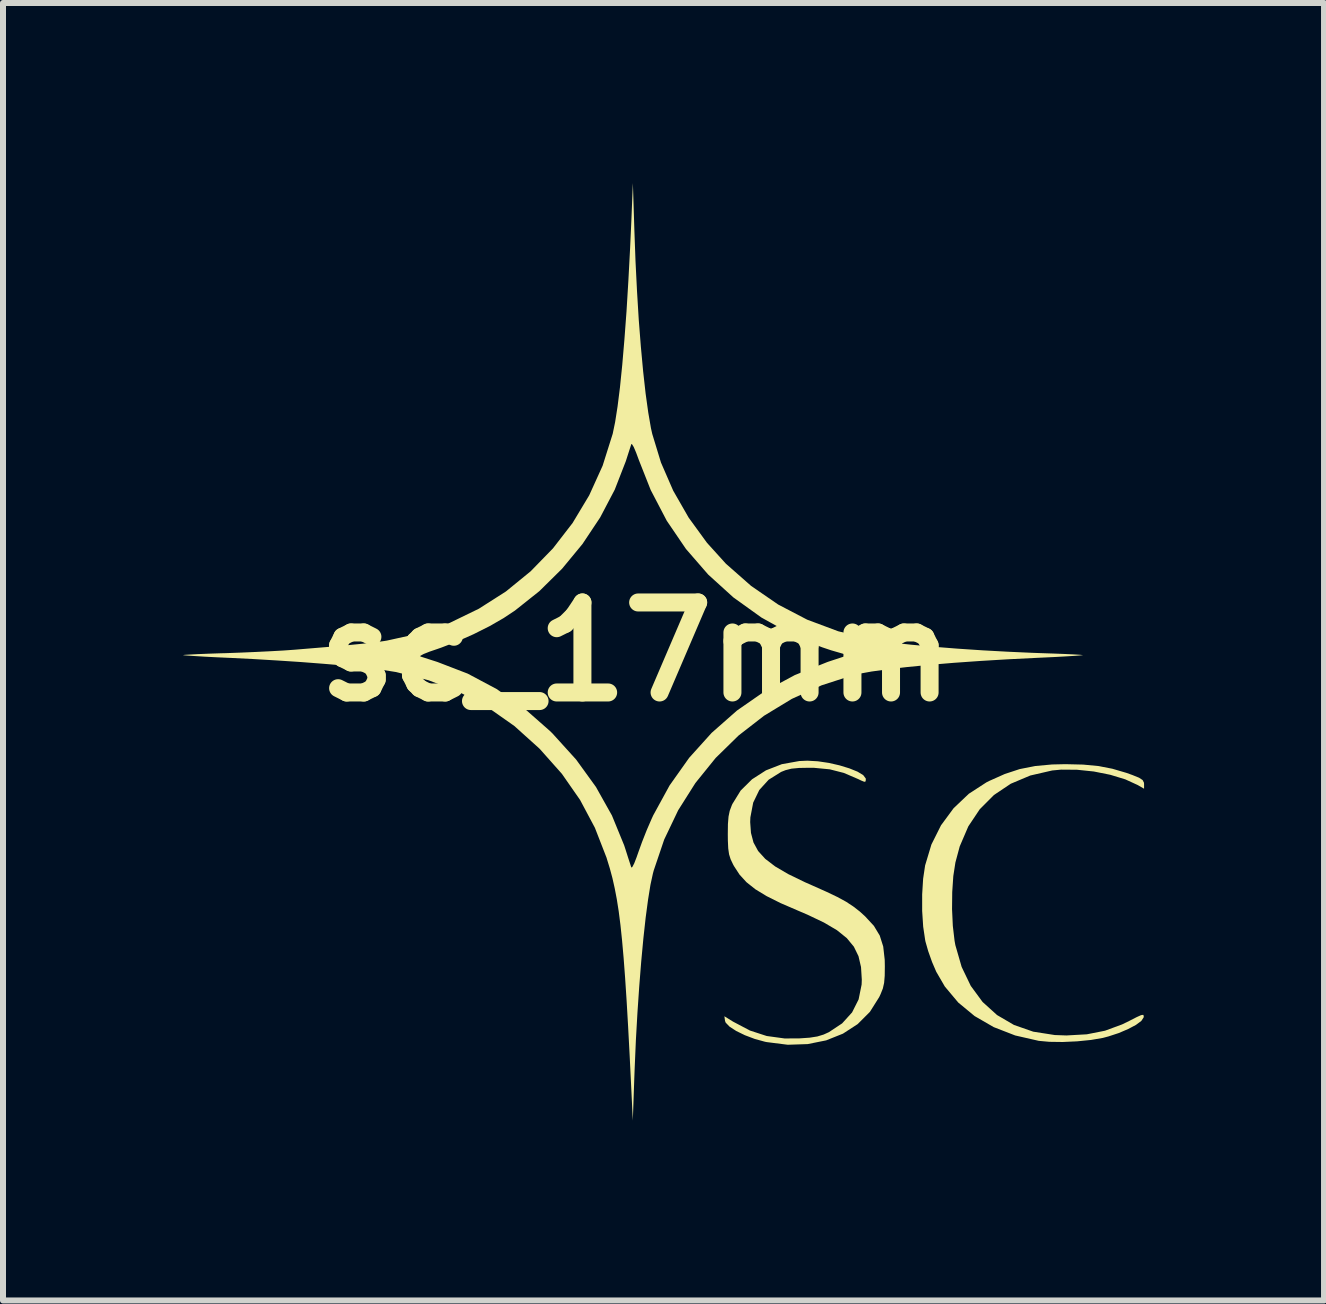
<source format=kicad_pcb>
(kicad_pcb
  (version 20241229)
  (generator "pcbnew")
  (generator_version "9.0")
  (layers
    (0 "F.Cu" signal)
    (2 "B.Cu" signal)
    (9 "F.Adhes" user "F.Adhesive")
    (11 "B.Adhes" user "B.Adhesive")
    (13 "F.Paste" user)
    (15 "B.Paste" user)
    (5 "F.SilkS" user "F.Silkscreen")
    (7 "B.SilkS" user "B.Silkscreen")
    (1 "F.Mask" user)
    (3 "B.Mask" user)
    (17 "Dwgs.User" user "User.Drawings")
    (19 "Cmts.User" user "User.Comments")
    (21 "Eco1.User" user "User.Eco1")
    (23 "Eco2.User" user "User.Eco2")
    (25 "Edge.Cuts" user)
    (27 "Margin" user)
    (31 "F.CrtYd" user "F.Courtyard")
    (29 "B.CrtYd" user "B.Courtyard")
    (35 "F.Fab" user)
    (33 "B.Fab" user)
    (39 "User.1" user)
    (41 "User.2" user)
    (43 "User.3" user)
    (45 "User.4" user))
  (footprint "sc_17mm"
    (layer "F.Cu")
    (at 7.549 7.812)
    (property "Reference" "sc_17mm" (at 0 0 0) (layer "F.SilkS") (effects (font (size 1.5 1.5) (thickness 0.3))))
    (attr board_only exclude_from_pos_files exclude_from_bom)
    (fp_poly (pts (xy 7.452 1.88) (xy 7.704 1.904) (xy 7.938 1.949) (xy 8.176 2.019) (xy 8.273 2.054) (xy 8.384 2.099) (xy 8.443 2.138) (xy 8.465 2.181) (xy 8.467 2.204) (xy 8.467 2.282) (xy 8.357 2.219) (xy 8.154 2.126) (xy 7.904 2.05) (xy 7.629 1.995) (xy 7.349 1.966) (xy 7.084 1.964) (xy 6.936 1.978) (xy 6.571 2.062) (xy 6.246 2.199) (xy 5.965 2.387) (xy 5.729 2.624) (xy 5.538 2.91) (xy 5.395 3.243) (xy 5.323 3.511) (xy 5.288 3.738) (xy 5.27 4.005) (xy 5.267 4.29) (xy 5.28 4.569) (xy 5.309 4.816) (xy 5.322 4.888) (xy 5.427 5.252) (xy 5.579 5.568) (xy 5.776 5.836) (xy 6.017 6.054) (xy 6.299 6.219) (xy 6.62 6.331) (xy 6.979 6.387) (xy 7.173 6.394) (xy 7.513 6.375) (xy 7.816 6.315) (xy 8.101 6.21) (xy 8.222 6.151) (xy 8.343 6.089) (xy 8.416 6.056) (xy 8.452 6.05) (xy 8.462 6.068) (xy 8.46 6.093) (xy 8.422 6.151) (xy 8.332 6.218) (xy 8.202 6.287) (xy 8.045 6.354) (xy 7.874 6.41) (xy 7.78 6.435) (xy 7.582 6.469) (xy 7.351 6.492) (xy 7.111 6.503) (xy 6.888 6.5) (xy 6.713 6.484) (xy 6.319 6.394) (xy 5.961 6.255) (xy 5.643 6.071) (xy 5.37 5.845) (xy 5.147 5.579) (xy 5.004 5.333) (xy 4.934 5.17) (xy 4.87 4.99) (xy 4.824 4.829) (xy 4.819 4.804) (xy 4.786 4.581) (xy 4.769 4.319) (xy 4.769 4.044) (xy 4.785 3.783) (xy 4.818 3.561) (xy 4.923 3.212) (xy 5.083 2.892) (xy 5.293 2.607) (xy 5.547 2.366) (xy 5.84 2.176) (xy 5.883 2.154) (xy 6.145 2.037) (xy 6.394 1.955) (xy 6.65 1.904) (xy 6.934 1.878) (xy 7.156 1.873)) (stroke (width 0) (type solid)) (fill yes) (layer "F.SilkS"))
    (fp_poly (pts (xy 3.031 1.825) (xy 3.214 1.852) (xy 3.393 1.893) (xy 3.556 1.943) (xy 3.692 1.998) (xy 3.787 2.056) (xy 3.829 2.112) (xy 3.83 2.121) (xy 3.827 2.16) (xy 3.805 2.167) (xy 3.749 2.144) (xy 3.704 2.122) (xy 3.464 2.019) (xy 3.229 1.959) (xy 2.969 1.934) (xy 2.889 1.933) (xy 2.717 1.936) (xy 2.591 1.948) (xy 2.492 1.973) (xy 2.419 2.002) (xy 2.211 2.132) (xy 2.055 2.303) (xy 1.953 2.514) (xy 1.906 2.76) (xy 1.903 2.839) (xy 1.916 3.019) (xy 1.958 3.178) (xy 2.035 3.32) (xy 2.154 3.451) (xy 2.32 3.578) (xy 2.537 3.705) (xy 2.813 3.839) (xy 2.942 3.896) (xy 3.175 4) (xy 3.357 4.087) (xy 3.502 4.166) (xy 3.622 4.245) (xy 3.73 4.329) (xy 3.818 4.409) (xy 3.964 4.567) (xy 4.062 4.729) (xy 4.12 4.912) (xy 4.145 5.134) (xy 4.147 5.241) (xy 4.145 5.401) (xy 4.135 5.517) (xy 4.114 5.611) (xy 4.076 5.706) (xy 4.053 5.755) (xy 3.898 6.001) (xy 3.694 6.205) (xy 3.449 6.364) (xy 3.169 6.476) (xy 2.86 6.538) (xy 2.529 6.549) (xy 2.181 6.505) (xy 2.15 6.499) (xy 1.979 6.452) (xy 1.815 6.39) (xy 1.671 6.32) (xy 1.56 6.248) (xy 1.495 6.181) (xy 1.484 6.153) (xy 1.473 6.074) (xy 1.618 6.164) (xy 1.899 6.312) (xy 2.178 6.403) (xy 2.476 6.444) (xy 2.721 6.443) (xy 2.894 6.431) (xy 3.022 6.411) (xy 3.127 6.379) (xy 3.215 6.339) (xy 3.435 6.193) (xy 3.601 6.01) (xy 3.71 5.793) (xy 3.76 5.546) (xy 3.763 5.464) (xy 3.75 5.254) (xy 3.708 5.073) (xy 3.631 4.915) (xy 3.513 4.772) (xy 3.349 4.64) (xy 3.132 4.512) (xy 2.857 4.381) (xy 2.705 4.316) (xy 2.411 4.189) (xy 2.175 4.071) (xy 1.988 3.957) (xy 1.84 3.839) (xy 1.725 3.713) (xy 1.634 3.573) (xy 1.619 3.546) (xy 1.577 3.458) (xy 1.551 3.375) (xy 1.537 3.277) (xy 1.531 3.145) (xy 1.53 3.041) (xy 1.532 2.871) (xy 1.542 2.747) (xy 1.562 2.65) (xy 1.597 2.557) (xy 1.606 2.537) (xy 1.744 2.313) (xy 1.934 2.125) (xy 2.166 1.976) (xy 2.431 1.873) (xy 2.721 1.821) (xy 2.856 1.815)) (stroke (width 0) (type solid)) (fill yes) (layer "F.SilkS"))
    (fp_poly (pts (xy -0.027 -7.022) (xy -0.008 -6.507) (xy 0.017 -6.008) (xy 0.046 -5.532) (xy 0.081 -5.085) (xy 0.119 -4.674) (xy 0.16 -4.306) (xy 0.204 -3.989) (xy 0.249 -3.728) (xy 0.271 -3.63) (xy 0.416 -3.154) (xy 0.62 -2.685) (xy 0.878 -2.235) (xy 1.183 -1.816) (xy 1.498 -1.468) (xy 1.918 -1.098) (xy 2.37 -0.787) (xy 2.853 -0.535) (xy 3.37 -0.342) (xy 3.92 -0.206) (xy 4.267 -0.153) (xy 4.586 -0.118) (xy 4.956 -0.084) (xy 5.359 -0.052) (xy 5.778 -0.024) (xy 6.197 -0.001) (xy 6.597 0.017) (xy 6.762 0.023) (xy 6.969 0.03) (xy 7.151 0.037) (xy 7.297 0.044) (xy 7.399 0.05) (xy 7.446 0.055) (xy 7.448 0.056) (xy 7.412 0.06) (xy 7.32 0.067) (xy 7.179 0.076) (xy 7 0.086) (xy 6.793 0.096) (xy 6.683 0.101) (xy 6.2 0.125) (xy 5.736 0.153) (xy 5.297 0.184) (xy 4.891 0.218) (xy 4.522 0.254) (xy 4.199 0.291) (xy 3.926 0.329) (xy 3.711 0.368) (xy 3.618 0.389) (xy 3.093 0.559) (xy 2.597 0.785) (xy 2.134 1.066) (xy 1.71 1.395) (xy 1.327 1.77) (xy 0.99 2.187) (xy 0.703 2.641) (xy 0.47 3.129) (xy 0.295 3.646) (xy 0.282 3.695) (xy 0.241 3.883) (xy 0.201 4.131) (xy 0.161 4.431) (xy 0.123 4.777) (xy 0.087 5.162) (xy 0.054 5.577) (xy 0.024 6.017) (xy -0.002 6.474) (xy -0.022 6.94) (xy -0.029 7.123) (xy -0.053 7.812) (xy -0.078 7.291) (xy -0.105 6.741) (xy -0.131 6.252) (xy -0.156 5.821) (xy -0.181 5.44) (xy -0.206 5.106) (xy -0.232 4.812) (xy -0.259 4.554) (xy -0.288 4.326) (xy -0.32 4.123) (xy -0.355 3.94) (xy -0.393 3.771) (xy -0.436 3.611) (xy -0.484 3.455) (xy -0.49 3.434) (xy -0.685 2.933) (xy -0.932 2.469) (xy -1.235 2.034) (xy -1.6 1.623) (xy -1.613 1.61) (xy -2.027 1.237) (xy -2.472 0.924) (xy -2.948 0.67) (xy -3.456 0.475) (xy -3.997 0.338) (xy -4.317 0.287) (xy -4.563 0.258) (xy -4.864 0.229) (xy -5.208 0.2) (xy -5.583 0.171) (xy -5.978 0.145) (xy -6.379 0.121) (xy -6.775 0.101) (xy -6.784 0.101) (xy -7.002 0.091) (xy -7.196 0.081) (xy -7.24 0.078) (xy -3.595 0.078) (xy -3.539 0.096) (xy -3.44 0.128) (xy -3.318 0.167) (xy -3.309 0.17) (xy -2.805 0.364) (xy -2.324 0.62) (xy -1.868 0.938) (xy -1.434 1.32) (xy -1.393 1.36) (xy -0.998 1.796) (xy -0.668 2.252) (xy -0.401 2.728) (xy -0.197 3.226) (xy -0.17 3.309) (xy -0.131 3.432) (xy -0.098 3.533) (xy -0.079 3.593) (xy -0.078 3.595) (xy -0.062 3.588) (xy -0.03 3.527) (xy 0.01 3.424) (xy 0.038 3.344) (xy 0.1 3.172) (xy 0.178 2.974) (xy 0.26 2.785) (xy 0.287 2.726) (xy 0.56 2.227) (xy 0.886 1.767) (xy 1.261 1.351) (xy 1.682 0.98) (xy 2.145 0.658) (xy 2.647 0.388) (xy 3.184 0.173) (xy 3.206 0.165) (xy 3.534 0.057) (xy 3.254 -0.024) (xy 3.105 -0.074) (xy 2.922 -0.144) (xy 2.733 -0.225) (xy 2.604 -0.285) (xy 2.09 -0.571) (xy 1.623 -0.906) (xy 1.203 -1.287) (xy 0.833 -1.713) (xy 0.513 -2.183) (xy 0.245 -2.696) (xy 0.049 -3.192) (xy 0.002 -3.319) (xy -0.038 -3.413) (xy -0.067 -3.46) (xy -0.078 -3.461) (xy -0.096 -3.405) (xy -0.128 -3.306) (xy -0.167 -3.184) (xy -0.17 -3.175) (xy -0.354 -2.702) (xy -0.597 -2.239) (xy -0.892 -1.796) (xy -1.232 -1.384) (xy -1.61 -1.011) (xy -2.017 -0.687) (xy -2.207 -0.561) (xy -2.438 -0.428) (xy -2.707 -0.293) (xy -2.986 -0.169) (xy -3.246 -0.069) (xy -3.309 -0.047) (xy -3.441 -0.002) (xy -3.539 0.037) (xy -3.592 0.066) (xy -3.595 0.078) (xy -7.24 0.078) (xy -7.356 0.071) (xy -7.474 0.063) (xy -7.539 0.058) (xy -7.549 0.056) (xy -7.52 0.051) (xy -7.434 0.046) (xy -7.3 0.039) (xy -7.127 0.032) (xy -6.924 0.025) (xy -6.84 0.023) (xy -6.593 0.014) (xy -6.338 0.003) (xy -6.093 -0.009) (xy -5.877 -0.021) (xy -5.709 -0.033) (xy -5.706 -0.033) (xy -5.37 -0.061) (xy -5.093 -0.084) (xy -4.866 -0.104) (xy -4.681 -0.122) (xy -4.529 -0.137) (xy -4.403 -0.151) (xy -4.293 -0.165) (xy -4.191 -0.18) (xy -4.149 -0.187) (xy -3.613 -0.305) (xy -3.101 -0.483) (xy -2.618 -0.718) (xy -2.168 -1.005) (xy -1.756 -1.341) (xy -1.384 -1.723) (xy -1.057 -2.146) (xy -0.78 -2.607) (xy -0.556 -3.101) (xy -0.39 -3.627) (xy -0.389 -3.629) (xy -0.348 -3.827) (xy -0.307 -4.089) (xy -0.267 -4.408) (xy -0.229 -4.782) (xy -0.193 -5.205) (xy -0.158 -5.674) (xy -0.127 -6.184) (xy -0.098 -6.73) (xy -0.077 -7.19) (xy -0.052 -7.812)) (stroke (width 0) (type solid)) (fill yes) (layer "F.SilkS")))
  (gr_rect
    (start -3 -3)
    (end 19.015 18.623)
    (stroke (width 0.1) (type default))
    (fill no)
    (layer "Edge.Cuts")))
</source>
